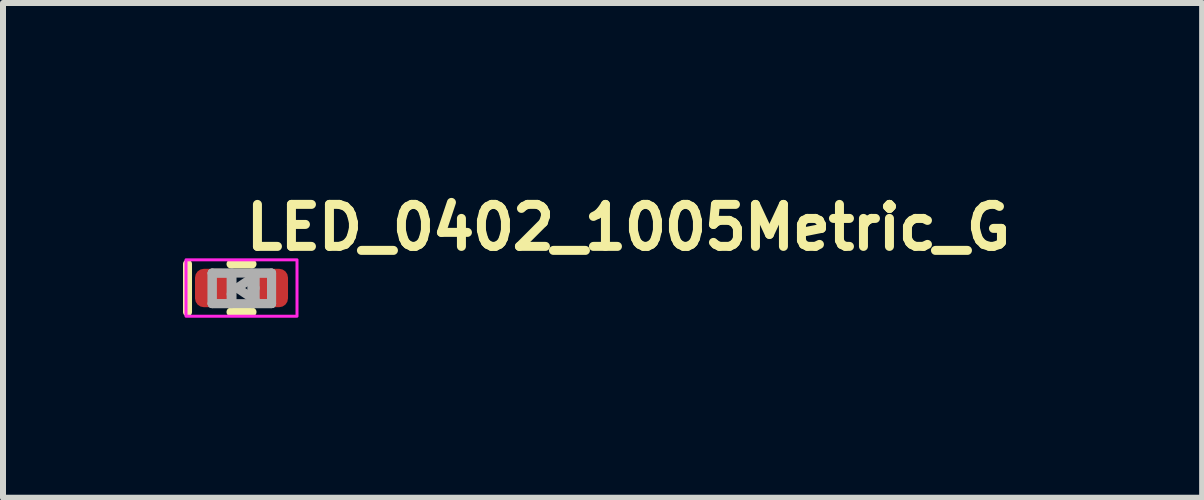
<source format=kicad_pcb>
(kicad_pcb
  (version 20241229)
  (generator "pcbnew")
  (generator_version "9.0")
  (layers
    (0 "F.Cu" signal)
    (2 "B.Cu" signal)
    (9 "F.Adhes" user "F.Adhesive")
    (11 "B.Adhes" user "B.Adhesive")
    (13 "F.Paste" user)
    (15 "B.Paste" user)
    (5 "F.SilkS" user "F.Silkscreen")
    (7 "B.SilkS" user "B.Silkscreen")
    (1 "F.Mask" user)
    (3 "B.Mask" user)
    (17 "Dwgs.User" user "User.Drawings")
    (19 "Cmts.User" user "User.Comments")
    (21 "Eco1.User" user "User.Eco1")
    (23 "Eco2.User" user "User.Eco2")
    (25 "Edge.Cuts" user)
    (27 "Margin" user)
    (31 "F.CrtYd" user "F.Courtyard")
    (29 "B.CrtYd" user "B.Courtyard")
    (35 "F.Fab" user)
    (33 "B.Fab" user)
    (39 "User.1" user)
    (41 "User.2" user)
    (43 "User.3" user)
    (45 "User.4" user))
  (footprint "LED_0402_1005Metric_G"
    (layer "F.Cu")
    (at 0.975 1.75)
    (property "Reference" "LED_0402_1005Metric_G" (at 0 -0.6 0) (unlocked yes) (layer "F.SilkS") (effects (font (size 0.7 0.7) (thickness 0.15)) (justify left bottom)))
    (attr smd)
    (fp_line (start -0.9 -0.4) (end -0.9 0.4) (stroke (width 0.15) (type solid)) (layer "F.SilkS"))
    (fp_line (start -0.175 -0.4) (end 0.175 -0.4) (stroke (width 0.15) (type solid)) (layer "F.SilkS"))
    (fp_line (start -0.175 0.4) (end 0.175 0.4) (stroke (width 0.15) (type solid)) (layer "F.SilkS"))
    (fp_rect (start -0.925 -0.47) (end 0.925 0.47) (stroke (width 0.05) (type default)) (fill no) (layer "F.CrtYd"))
    (fp_line (start -0.489 -0.248) (end -0.489 0.26) (stroke (width 0.15) (type solid)) (layer "F.Fab"))
    (fp_line (start -0.489 -0.248) (end -0.489 0.26) (stroke (width 0.15) (type solid)) (layer "F.Fab"))
    (fp_line (start -0.489 0.26) (end -0.158 0.26) (stroke (width 0.15) (type solid)) (layer "F.Fab"))
    (fp_line (start -0.489 0.26) (end 0.501 0.26) (stroke (width 0.15) (type solid)) (layer "F.Fab"))
    (fp_line (start -0.173 -0.202) (end -0.173 0.102) (stroke (width 0.15) (type solid)) (layer "F.Fab"))
    (fp_line (start -0.173 0.202) (end -0.173 0.102) (stroke (width 0.15) (type solid)) (layer "F.Fab"))
    (fp_line (start -0.158 -0.248) (end -0.489 -0.248) (stroke (width 0.15) (type solid)) (layer "F.Fab"))
    (fp_line (start -0.158 0.26) (end -0.158 -0.248) (stroke (width 0.15) (type solid)) (layer "F.Fab"))
    (fp_line (start -0.074 0) (end 0.228 0.202) (stroke (width 0.15) (type solid)) (layer "F.Fab"))
    (fp_line (start 0.172 -0.248) (end 0.172 0.26) (stroke (width 0.15) (type solid)) (layer "F.Fab"))
    (fp_line (start 0.172 0.26) (end 0.501 0.26) (stroke (width 0.15) (type solid)) (layer "F.Fab"))
    (fp_line (start 0.228 -0.202) (end -0.074 0) (stroke (width 0.15) (type solid)) (layer "F.Fab"))
    (fp_line (start 0.228 0) (end 0.228 -0.202) (stroke (width 0.15) (type solid)) (layer "F.Fab"))
    (fp_line (start 0.228 0.202) (end 0.228 0) (stroke (width 0.15) (type solid)) (layer "F.Fab"))
    (fp_line (start 0.501 -0.248) (end -0.489 -0.248) (stroke (width 0.15) (type solid)) (layer "F.Fab"))
    (fp_line (start 0.501 -0.248) (end 0.172 -0.248) (stroke (width 0.15) (type solid)) (layer "F.Fab"))
    (fp_line (start 0.501 0.26) (end 0.501 -0.248) (stroke (width 0.15) (type solid)) (layer "F.Fab"))
    (fp_line (start 0.501 0.26) (end 0.501 -0.248) (stroke (width 0.15) (type solid)) (layer "F.Fab"))
    (fp_rect (start -0.5 -0.25) (end 0.498 0.248) (stroke (width 0.1) (type solid)) (fill no) (layer "User.5"))
    (fp_line (start -0.5 -0.25) (end -0.5 0.248) (stroke (width 0.02) (type solid)) (layer "User.9"))
    (fp_line (start -0.5 0.248) (end 0.498 0.248) (stroke (width 0.02) (type solid)) (layer "User.9"))
    (fp_line (start 0.498 -0.25) (end -0.5 -0.25) (stroke (width 0.02) (type solid)) (layer "User.9"))
    (fp_line (start 0.498 0.248) (end 0.498 -0.25) (stroke (width 0.02) (type solid)) (layer "User.9"))
    (pad "1" smd roundrect (at -0.48 0) (size 0.59 0.64) (layers "F.Cu" "F.Mask" "F.Paste") (roundrect_rratio 0.25))
    (pad "2" smd roundrect (at 0.48 0) (size 0.59 0.64) (layers "F.Cu" "F.Mask" "F.Paste") (roundrect_rratio 0.25)))
  (gr_rect
    (start -3 -3)
    (end 16.985 5.245)
    (stroke (width 0.1) (type default))
    (fill no)
    (layer "Edge.Cuts")))
</source>
